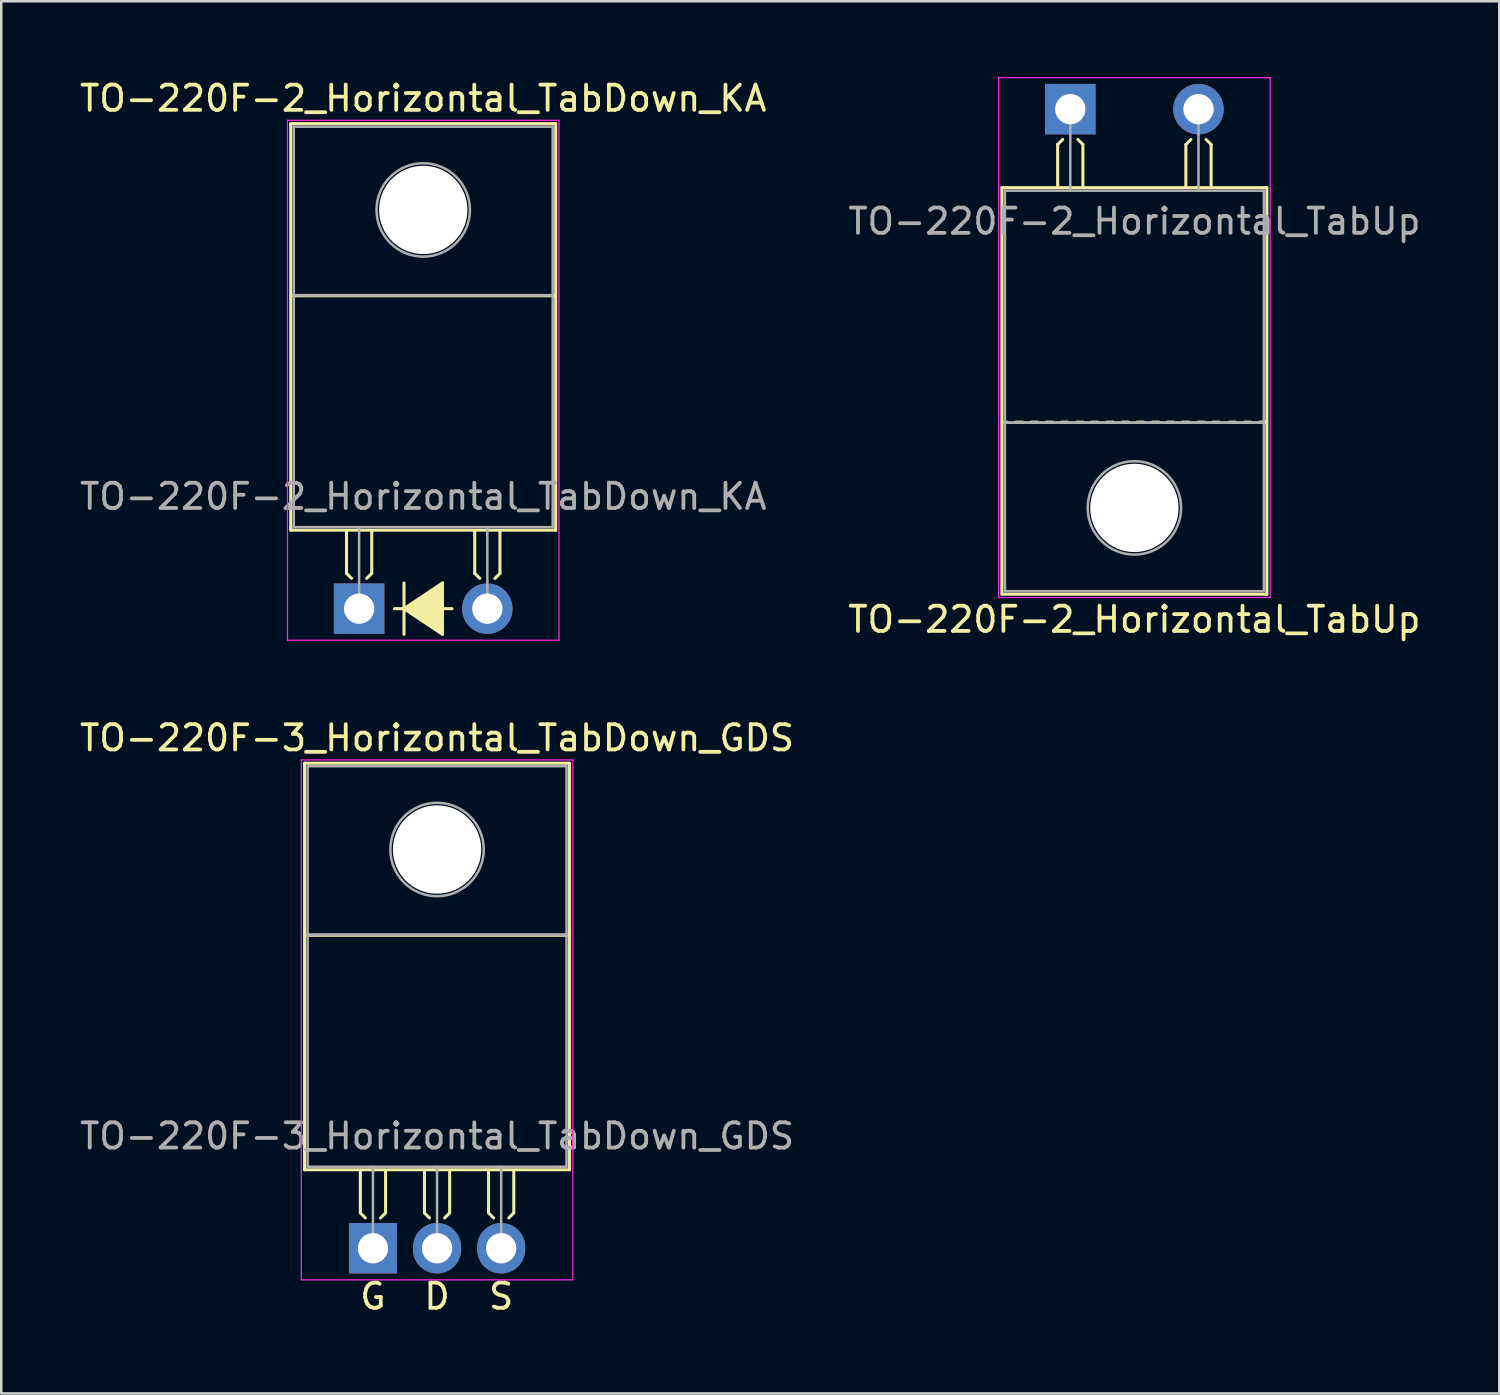
<source format=kicad_pcb>
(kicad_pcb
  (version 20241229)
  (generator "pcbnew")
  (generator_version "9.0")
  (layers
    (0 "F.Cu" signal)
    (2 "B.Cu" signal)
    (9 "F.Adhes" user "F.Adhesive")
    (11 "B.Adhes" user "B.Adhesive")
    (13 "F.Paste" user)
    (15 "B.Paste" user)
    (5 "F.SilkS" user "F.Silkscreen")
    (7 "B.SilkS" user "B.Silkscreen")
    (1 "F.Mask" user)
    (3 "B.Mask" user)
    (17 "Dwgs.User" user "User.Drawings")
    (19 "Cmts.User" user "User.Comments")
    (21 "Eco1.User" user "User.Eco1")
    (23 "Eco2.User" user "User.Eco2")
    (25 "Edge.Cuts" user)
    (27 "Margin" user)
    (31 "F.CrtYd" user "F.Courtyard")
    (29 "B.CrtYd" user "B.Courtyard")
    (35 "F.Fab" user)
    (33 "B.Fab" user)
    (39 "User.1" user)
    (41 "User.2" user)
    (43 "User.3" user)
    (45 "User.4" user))
  (footprint "TO-220F-2_Horizontal_TabDown_KA"
    (layer "F.Cu")
    (at 11.18 21.068)
    (property "Reference" "TO-220F-2_Horizontal_TabDown_KA" (at 2.54 -20.22 0) (layer "F.SilkS") (effects (font (size 1 1) (thickness 0.15))))
    (fp_line (start -2.71 -19.22) (end -2.71 -3.11) (stroke (width 0.12) (type solid)) (layer "F.SilkS"))
    (fp_line (start -2.71 -19.22) (end 7.79 -19.22) (stroke (width 0.12) (type solid)) (layer "F.SilkS"))
    (fp_line (start -2.71 -3.11) (end 7.79 -3.11) (stroke (width 0.12) (type solid)) (layer "F.SilkS"))
    (fp_line (start -2.7 -12.4) (end 7.75 -12.4) (stroke (width 0.12) (type solid)) (layer "F.SilkS"))
    (fp_line (start -0.5 -3.048) (end -0.5 -1.4) (stroke (width 0.12) (type solid)) (layer "F.SilkS"))
    (fp_line (start -0.5 -1.4) (end -0.3 -1.2) (stroke (width 0.12) (type solid)) (layer "F.SilkS"))
    (fp_line (start 0.5 -3.048) (end 0.5 -1.4) (stroke (width 0.12) (type solid)) (layer "F.SilkS"))
    (fp_line (start 0.5 -1.4) (end 0.3 -1.2) (stroke (width 0.12) (type solid)) (layer "F.SilkS"))
    (fp_line (start 1.397 0) (end 1.778 0) (stroke (width 0.12) (type solid)) (layer "F.SilkS"))
    (fp_line (start 1.778 0) (end 1.778 -1.016) (stroke (width 0.12) (type solid)) (layer "F.SilkS"))
    (fp_line (start 1.778 0) (end 1.778 1.016) (stroke (width 0.12) (type solid)) (layer "F.SilkS"))
    (fp_line (start 1.778 0) (end 3.302 1.016) (stroke (width 0.12) (type solid)) (layer "F.SilkS"))
    (fp_line (start 3.302 -1.016) (end 1.778 0) (stroke (width 0.12) (type solid)) (layer "F.SilkS"))
    (fp_line (start 3.302 0) (end 3.683 0) (stroke (width 0.12) (type solid)) (layer "F.SilkS"))
    (fp_line (start 3.302 1.016) (end 3.302 -1.016) (stroke (width 0.12) (type solid)) (layer "F.SilkS"))
    (fp_line (start 4.58 -3.048) (end 4.58 -1.4) (stroke (width 0.12) (type solid)) (layer "F.SilkS"))
    (fp_line (start 4.58 -1.4) (end 4.78 -1.2) (stroke (width 0.12) (type solid)) (layer "F.SilkS"))
    (fp_line (start 5.58 -3.048) (end 5.58 -1.4) (stroke (width 0.12) (type solid)) (layer "F.SilkS"))
    (fp_line (start 5.58 -1.4) (end 5.38 -1.2) (stroke (width 0.12) (type solid)) (layer "F.SilkS"))
    (fp_line (start 7.79 -19.22) (end 7.79 -3.11) (stroke (width 0.12) (type solid)) (layer "F.SilkS"))
    (fp_poly (pts (xy 3.3 1) (xy 1.8 0) (xy 3.3 -1)) (stroke (width 0.1) (type solid)) (fill yes) (layer "F.SilkS"))
    (fp_line (start -2.84 -19.35) (end -2.84 1.25) (stroke (width 0.05) (type solid)) (layer "F.CrtYd"))
    (fp_line (start -2.84 1.25) (end 7.92 1.25) (stroke (width 0.05) (type solid)) (layer "F.CrtYd"))
    (fp_line (start 7.92 -19.35) (end -2.84 -19.35) (stroke (width 0.05) (type solid)) (layer "F.CrtYd"))
    (fp_line (start 7.92 1.25) (end 7.92 -19.35) (stroke (width 0.05) (type solid)) (layer "F.CrtYd"))
    (fp_line (start -2.59 -19.1) (end 7.67 -19.1) (stroke (width 0.1) (type solid)) (layer "F.Fab"))
    (fp_line (start -2.59 -12.42) (end -2.59 -19.1) (stroke (width 0.1) (type solid)) (layer "F.Fab"))
    (fp_line (start -2.59 -12.42) (end 7.67 -12.42) (stroke (width 0.1) (type solid)) (layer "F.Fab"))
    (fp_line (start -2.59 -3.23) (end -2.59 -12.42) (stroke (width 0.1) (type solid)) (layer "F.Fab"))
    (fp_line (start 0 -3.23) (end 0 0) (stroke (width 0.1) (type solid)) (layer "F.Fab"))
    (fp_line (start 5.08 -3.23) (end 5.08 0) (stroke (width 0.1) (type solid)) (layer "F.Fab"))
    (fp_line (start 7.67 -19.1) (end 7.67 -12.42) (stroke (width 0.1) (type solid)) (layer "F.Fab"))
    (fp_line (start 7.67 -12.42) (end -2.59 -12.42) (stroke (width 0.1) (type solid)) (layer "F.Fab"))
    (fp_line (start 7.67 -12.42) (end 7.67 -3.23) (stroke (width 0.1) (type solid)) (layer "F.Fab"))
    (fp_line (start 7.67 -3.23) (end -2.59 -3.23) (stroke (width 0.1) (type solid)) (layer "F.Fab"))
    (fp_circle (center 2.54 -15.8) (end 4.39 -15.8) (stroke (width 0.1) (type solid)) (fill no) (layer "F.Fab"))
    (fp_text user "${REFERENCE}" (at 2.54 -4.445 0) (layer "F.Fab") (effects (font (size 1 1) (thickness 0.15))))
    (pad "" np_thru_hole oval (at 2.54 -15.8) (size 3.5 3.5) (drill 3.5) (layers "*.Cu" "*.Mask"))
    (pad "1" thru_hole rect (at 0 0) (size 2 2) (drill 1.2) (layers "*.Cu" "*.Mask"))
    (pad "2" thru_hole oval (at 5.08 0) (size 2 2) (drill 1.2) (layers "*.Cu" "*.Mask")))
  (footprint "TO-220F-2_Horizontal_TabUp"
    (layer "F.Cu")
    (at 39.359 1.275)
    (property "Reference" "TO-220F-2_Horizontal_TabUp" (at 2.54 20.22 0) (layer "F.SilkS") (effects (font (size 1 1) (thickness 0.15))))
    (attr through_hole)
    (fp_line (start -2.71 19.22) (end -2.71 3.11) (stroke (width 0.12) (type solid)) (layer "F.SilkS"))
    (fp_line (start -2.5 12.4) (end -2.7 12.4) (stroke (width 0.12) (type solid)) (layer "F.SilkS"))
    (fp_line (start -1.9 12.4) (end -2.15 12.4) (stroke (width 0.12) (type solid)) (layer "F.SilkS"))
    (fp_line (start -1.3 12.4) (end -1.55 12.4) (stroke (width 0.12) (type solid)) (layer "F.SilkS"))
    (fp_line (start -0.7 12.4) (end -0.95 12.4) (stroke (width 0.12) (type solid)) (layer "F.SilkS"))
    (fp_line (start -0.5 1.4) (end -0.3 1.2) (stroke (width 0.12) (type solid)) (layer "F.SilkS"))
    (fp_line (start -0.5 3.048) (end -0.5 1.4) (stroke (width 0.12) (type solid)) (layer "F.SilkS"))
    (fp_line (start -0.1 12.4) (end -0.35 12.4) (stroke (width 0.12) (type solid)) (layer "F.SilkS"))
    (fp_line (start 0.5 1.4) (end 0.3 1.2) (stroke (width 0.12) (type solid)) (layer "F.SilkS"))
    (fp_line (start 0.5 3.048) (end 0.5 1.4) (stroke (width 0.12) (type solid)) (layer "F.SilkS"))
    (fp_line (start 0.5 12.4) (end 0.25 12.4) (stroke (width 0.12) (type solid)) (layer "F.SilkS"))
    (fp_line (start 1.1 12.4) (end 0.85 12.4) (stroke (width 0.12) (type solid)) (layer "F.SilkS"))
    (fp_line (start 1.7 12.4) (end 1.45 12.4) (stroke (width 0.12) (type solid)) (layer "F.SilkS"))
    (fp_line (start 2.3 12.4) (end 2.05 12.4) (stroke (width 0.12) (type solid)) (layer "F.SilkS"))
    (fp_line (start 2.9 12.4) (end 2.65 12.4) (stroke (width 0.12) (type solid)) (layer "F.SilkS"))
    (fp_line (start 3.5 12.4) (end 3.25 12.4) (stroke (width 0.12) (type solid)) (layer "F.SilkS"))
    (fp_line (start 4.1 12.4) (end 3.85 12.4) (stroke (width 0.12) (type solid)) (layer "F.SilkS"))
    (fp_line (start 4.58 1.4) (end 4.78 1.2) (stroke (width 0.12) (type solid)) (layer "F.SilkS"))
    (fp_line (start 4.58 3.048) (end 4.58 1.4) (stroke (width 0.12) (type solid)) (layer "F.SilkS"))
    (fp_line (start 4.7 12.4) (end 4.45 12.4) (stroke (width 0.12) (type solid)) (layer "F.SilkS"))
    (fp_line (start 5.3 12.4) (end 5.05 12.4) (stroke (width 0.12) (type solid)) (layer "F.SilkS"))
    (fp_line (start 5.58 1.4) (end 5.38 1.2) (stroke (width 0.12) (type solid)) (layer "F.SilkS"))
    (fp_line (start 5.58 3.048) (end 5.58 1.4) (stroke (width 0.12) (type solid)) (layer "F.SilkS"))
    (fp_line (start 5.9 12.4) (end 5.65 12.4) (stroke (width 0.12) (type solid)) (layer "F.SilkS"))
    (fp_line (start 6.55 12.4) (end 6.3 12.4) (stroke (width 0.12) (type solid)) (layer "F.SilkS"))
    (fp_line (start 7.15 12.4) (end 6.9 12.4) (stroke (width 0.12) (type solid)) (layer "F.SilkS"))
    (fp_line (start 7.75 12.4) (end 7.5 12.4) (stroke (width 0.12) (type solid)) (layer "F.SilkS"))
    (fp_line (start 7.79 3.11) (end -2.71 3.11) (stroke (width 0.12) (type solid)) (layer "F.SilkS"))
    (fp_line (start 7.79 19.22) (end -2.71 19.22) (stroke (width 0.12) (type solid)) (layer "F.SilkS"))
    (fp_line (start 7.79 19.22) (end 7.79 3.11) (stroke (width 0.12) (type solid)) (layer "F.SilkS"))
    (fp_line (start -2.84 -1.25) (end -2.84 19.35) (stroke (width 0.05) (type solid)) (layer "F.CrtYd"))
    (fp_line (start -2.84 19.35) (end 7.92 19.35) (stroke (width 0.05) (type solid)) (layer "F.CrtYd"))
    (fp_line (start 7.92 -1.25) (end -2.84 -1.25) (stroke (width 0.05) (type solid)) (layer "F.CrtYd"))
    (fp_line (start 7.92 19.35) (end 7.92 -1.25) (stroke (width 0.05) (type solid)) (layer "F.CrtYd"))
    (fp_line (start -2.59 3.23) (end -2.59 12.42) (stroke (width 0.1) (type solid)) (layer "F.Fab"))
    (fp_line (start -2.59 12.42) (end -2.59 19.1) (stroke (width 0.1) (type solid)) (layer "F.Fab"))
    (fp_line (start -2.59 12.42) (end 7.67 12.42) (stroke (width 0.1) (type solid)) (layer "F.Fab"))
    (fp_line (start -2.59 19.1) (end 7.67 19.1) (stroke (width 0.1) (type solid)) (layer "F.Fab"))
    (fp_line (start 0 3.23) (end 0 0) (stroke (width 0.1) (type solid)) (layer "F.Fab"))
    (fp_line (start 5.08 3.23) (end 5.08 0) (stroke (width 0.1) (type solid)) (layer "F.Fab"))
    (fp_line (start 7.67 3.23) (end -2.59 3.23) (stroke (width 0.1) (type solid)) (layer "F.Fab"))
    (fp_line (start 7.67 12.42) (end -2.59 12.42) (stroke (width 0.1) (type solid)) (layer "F.Fab"))
    (fp_line (start 7.67 12.42) (end 7.67 3.23) (stroke (width 0.1) (type solid)) (layer "F.Fab"))
    (fp_line (start 7.67 19.1) (end 7.67 12.42) (stroke (width 0.1) (type solid)) (layer "F.Fab"))
    (fp_circle (center 2.54 15.8) (end 4.39 15.8) (stroke (width 0.1) (type solid)) (fill no) (layer "F.Fab"))
    (fp_text user "${REFERENCE}" (at 2.54 4.445 0) (layer "F.Fab") (effects (font (size 1 1) (thickness 0.15))))
    (pad "" np_thru_hole oval (at 2.54 15.8) (size 3.5 3.5) (drill 3.5) (layers "*.Cu" "*.Mask"))
    (pad "1" thru_hole rect (at 0 0) (size 2 2) (drill 1.2) (layers "*.Cu" "*.Mask"))
    (pad "2" thru_hole oval (at 5.08 0) (size 2 2) (drill 1.2) (layers "*.Cu" "*.Mask")))
  (footprint "TO-220F-3_Horizontal_TabDown_GDS"
    (layer "F.Cu")
    (at 11.728 46.411)
    (property "Reference" "TO-220F-3_Horizontal_TabDown_GDS" (at 2.54 -20.22 0) (layer "F.SilkS") (effects (font (size 1 1) (thickness 0.15))))
    (fp_line (start -2.71 -19.22) (end -2.71 -3.11) (stroke (width 0.12) (type solid)) (layer "F.SilkS"))
    (fp_line (start -2.71 -19.22) (end 7.79 -19.22) (stroke (width 0.12) (type solid)) (layer "F.SilkS"))
    (fp_line (start -2.71 -3.11) (end 7.79 -3.11) (stroke (width 0.12) (type solid)) (layer "F.SilkS"))
    (fp_line (start -2.7 -12.4) (end 7.75 -12.4) (stroke (width 0.12) (type solid)) (layer "F.SilkS"))
    (fp_line (start -0.5 -3.048) (end -0.5 -1.4) (stroke (width 0.12) (type solid)) (layer "F.SilkS"))
    (fp_line (start -0.5 -1.4) (end -0.3 -1.2) (stroke (width 0.12) (type solid)) (layer "F.SilkS"))
    (fp_line (start 0.5 -3.048) (end 0.5 -1.4) (stroke (width 0.12) (type solid)) (layer "F.SilkS"))
    (fp_line (start 0.5 -1.4) (end 0.3 -1.2) (stroke (width 0.12) (type solid)) (layer "F.SilkS"))
    (fp_line (start 2.04 -3.048) (end 2.04 -1.4) (stroke (width 0.12) (type solid)) (layer "F.SilkS"))
    (fp_line (start 2.04 -1.4) (end 2.24 -1.2) (stroke (width 0.12) (type solid)) (layer "F.SilkS"))
    (fp_line (start 3.04 -3.048) (end 3.04 -1.4) (stroke (width 0.12) (type solid)) (layer "F.SilkS"))
    (fp_line (start 3.04 -1.4) (end 2.84 -1.2) (stroke (width 0.12) (type solid)) (layer "F.SilkS"))
    (fp_line (start 4.58 -3.048) (end 4.58 -1.4) (stroke (width 0.12) (type solid)) (layer "F.SilkS"))
    (fp_line (start 4.58 -1.4) (end 4.78 -1.2) (stroke (width 0.12) (type solid)) (layer "F.SilkS"))
    (fp_line (start 5.58 -3.048) (end 5.58 -1.4) (stroke (width 0.12) (type solid)) (layer "F.SilkS"))
    (fp_line (start 5.58 -1.4) (end 5.38 -1.2) (stroke (width 0.12) (type solid)) (layer "F.SilkS"))
    (fp_line (start 7.79 -19.22) (end 7.79 -3.11) (stroke (width 0.12) (type solid)) (layer "F.SilkS"))
    (fp_line (start -2.84 -19.35) (end -2.84 1.25) (stroke (width 0.05) (type solid)) (layer "F.CrtYd"))
    (fp_line (start -2.84 1.25) (end 7.92 1.25) (stroke (width 0.05) (type solid)) (layer "F.CrtYd"))
    (fp_line (start 7.92 -19.35) (end -2.84 -19.35) (stroke (width 0.05) (type solid)) (layer "F.CrtYd"))
    (fp_line (start 7.92 1.25) (end 7.92 -19.35) (stroke (width 0.05) (type solid)) (layer "F.CrtYd"))
    (fp_line (start -2.59 -19.1) (end 7.67 -19.1) (stroke (width 0.1) (type solid)) (layer "F.Fab"))
    (fp_line (start -2.59 -12.42) (end -2.59 -19.1) (stroke (width 0.1) (type solid)) (layer "F.Fab"))
    (fp_line (start -2.59 -12.42) (end 7.67 -12.42) (stroke (width 0.1) (type solid)) (layer "F.Fab"))
    (fp_line (start -2.59 -3.23) (end -2.59 -12.42) (stroke (width 0.1) (type solid)) (layer "F.Fab"))
    (fp_line (start 0 -3.23) (end 0 0) (stroke (width 0.1) (type solid)) (layer "F.Fab"))
    (fp_line (start 2.54 -3.23) (end 2.54 0) (stroke (width 0.1) (type solid)) (layer "F.Fab"))
    (fp_line (start 5.08 -3.23) (end 5.08 0) (stroke (width 0.1) (type solid)) (layer "F.Fab"))
    (fp_line (start 7.67 -19.1) (end 7.67 -12.42) (stroke (width 0.1) (type solid)) (layer "F.Fab"))
    (fp_line (start 7.67 -12.42) (end -2.59 -12.42) (stroke (width 0.1) (type solid)) (layer "F.Fab"))
    (fp_line (start 7.67 -12.42) (end 7.67 -3.23) (stroke (width 0.1) (type solid)) (layer "F.Fab"))
    (fp_line (start 7.67 -3.23) (end -2.59 -3.23) (stroke (width 0.1) (type solid)) (layer "F.Fab"))
    (fp_circle (center 2.54 -15.8) (end 4.39 -15.8) (stroke (width 0.1) (type solid)) (fill no) (layer "F.Fab"))
    (fp_text user "S" (at 5.08 1.905 0) (unlocked yes) (layer "F.SilkS") (effects (font (size 1 1) (thickness 0.15))))
    (fp_text user "G" (at 0 1.905 0) (unlocked yes) (layer "F.SilkS") (effects (font (size 1 1) (thickness 0.15))))
    (fp_text user "D" (at 2.54 1.905 0) (unlocked yes) (layer "F.SilkS") (effects (font (size 1 1) (thickness 0.15))))
    (fp_text user "${REFERENCE}" (at 2.54 -4.445 0) (layer "F.Fab") (effects (font (size 1 1) (thickness 0.15))))
    (pad "" np_thru_hole oval (at 2.54 -15.8) (size 3.5 3.5) (drill 3.5) (layers "*.Cu" "*.Mask"))
    (pad "1" thru_hole rect (at 0 0) (size 1.905 2) (drill 1.2) (layers "*.Cu" "*.Mask"))
    (pad "2" thru_hole oval (at 2.54 0) (size 1.905 2) (drill 1.2) (layers "*.Cu" "*.Mask"))
    (pad "3" thru_hole oval (at 5.08 0) (size 1.905 2) (drill 1.2) (layers "*.Cu" "*.Mask")))
  (gr_rect
    (start -3 -3)
    (end 56.357 52.165)
    (stroke (width 0.1) (type default))
    (fill no)
    (layer "Edge.Cuts")))
</source>
